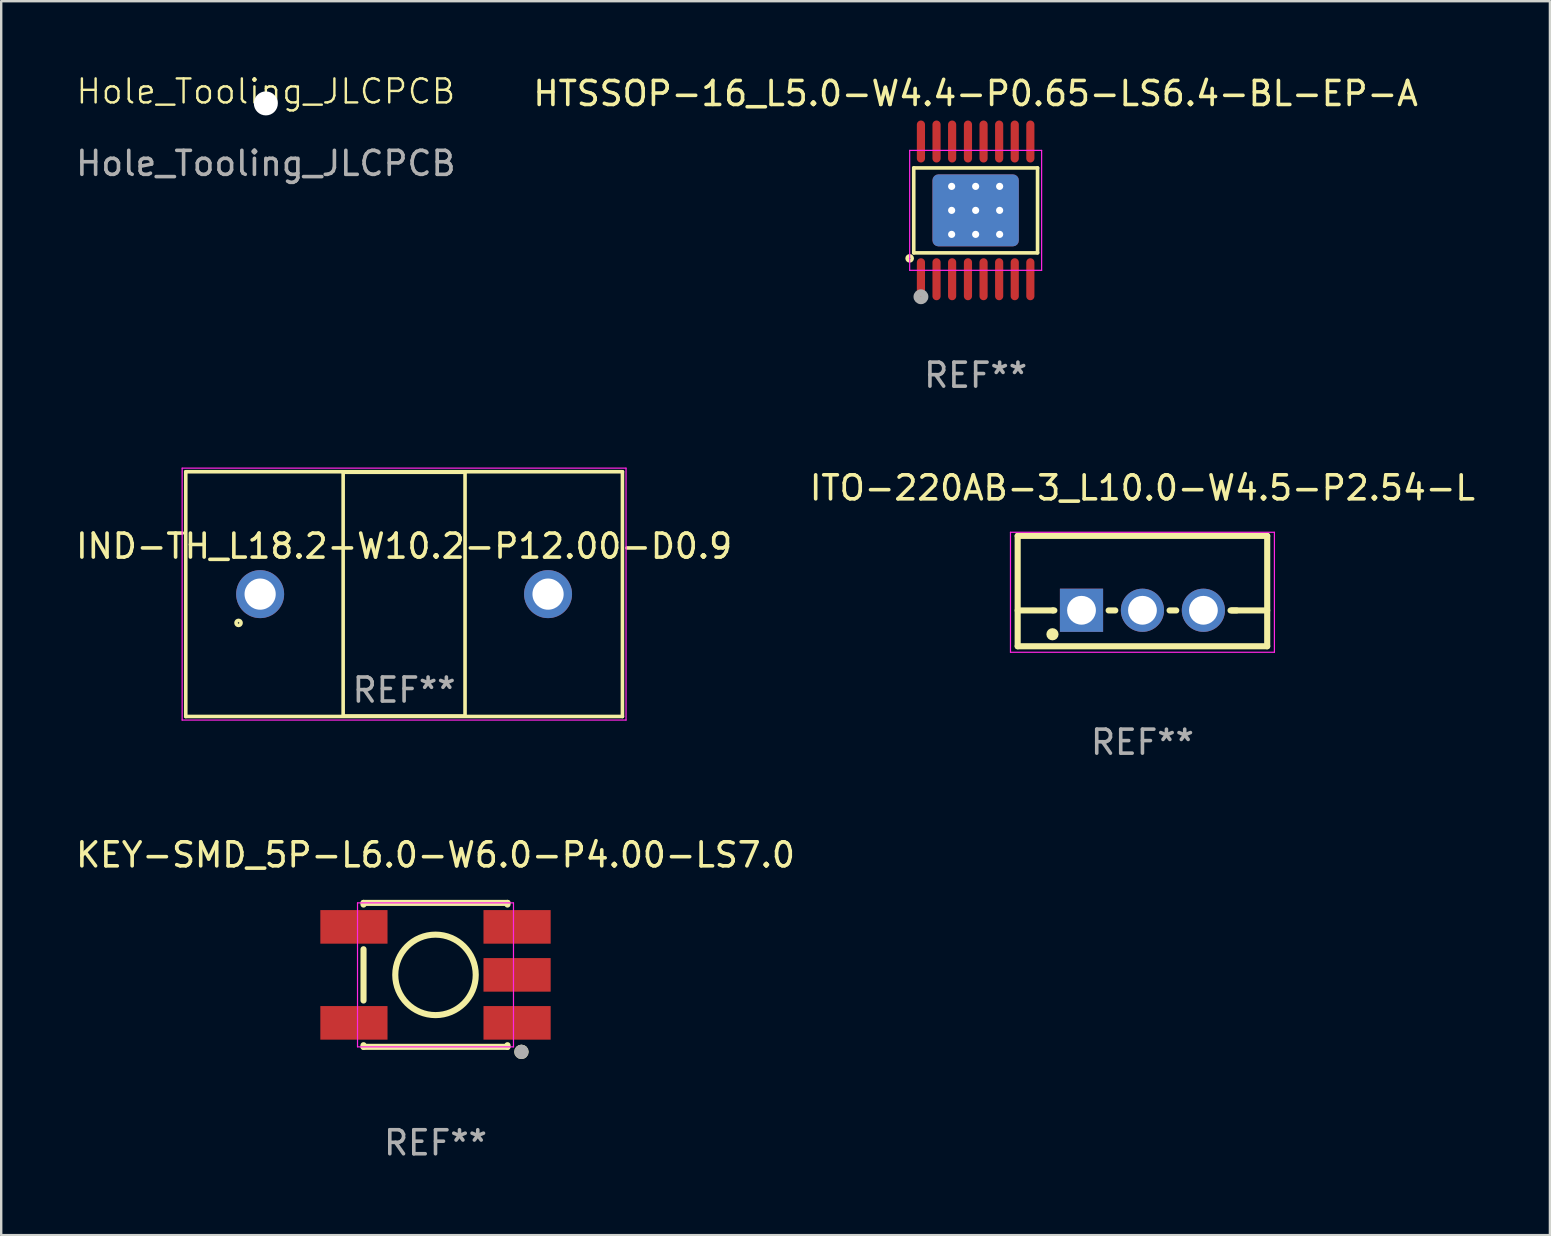
<source format=kicad_pcb>
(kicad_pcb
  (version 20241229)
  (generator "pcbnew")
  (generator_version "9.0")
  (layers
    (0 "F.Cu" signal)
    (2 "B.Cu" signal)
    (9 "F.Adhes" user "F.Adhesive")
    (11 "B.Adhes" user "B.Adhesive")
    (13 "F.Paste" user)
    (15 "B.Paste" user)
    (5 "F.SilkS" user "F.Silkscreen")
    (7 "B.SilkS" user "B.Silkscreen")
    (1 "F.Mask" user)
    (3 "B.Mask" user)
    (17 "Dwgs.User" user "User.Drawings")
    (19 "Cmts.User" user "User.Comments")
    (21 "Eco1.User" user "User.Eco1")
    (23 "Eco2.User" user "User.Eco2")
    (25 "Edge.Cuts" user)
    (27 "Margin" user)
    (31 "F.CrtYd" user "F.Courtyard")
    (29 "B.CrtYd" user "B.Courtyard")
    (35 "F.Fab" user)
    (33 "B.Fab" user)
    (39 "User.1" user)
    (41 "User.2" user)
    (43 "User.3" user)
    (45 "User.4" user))
  (footprint "IND-TH_L18.2-W10.2-P12.00-D0.9"
    (layer "F.Cu")
    (at 13.792 21.712)
    (property "Reference" "IND-TH_L18.2-W10.2-P12.00-D0.9" (at 0 -2 0) (layer "F.SilkS") (effects (font (size 1 1) (thickness 0.15))))
    (attr through_hole)
    (fp_line (start -9.1 -5.1) (end -9.1 5.1) (stroke (width 0.15) (type solid)) (layer "F.SilkS"))
    (fp_line (start -9.1 5.1) (end 9.1 5.1) (stroke (width 0.15) (type solid)) (layer "F.SilkS"))
    (fp_line (start -2.54 -5.08) (end -2.54 5.08) (stroke (width 0.15) (type solid)) (layer "F.SilkS"))
    (fp_line (start -2.54 5.08) (end 2.54 5.08) (stroke (width 0.15) (type solid)) (layer "F.SilkS"))
    (fp_line (start 2.54 -5.08) (end -2.54 -5.08) (stroke (width 0.15) (type solid)) (layer "F.SilkS"))
    (fp_line (start 2.54 5.08) (end 2.54 -5.08) (stroke (width 0.15) (type solid)) (layer "F.SilkS"))
    (fp_line (start 9.1 -5.1) (end -9.1 -5.1) (stroke (width 0.15) (type solid)) (layer "F.SilkS"))
    (fp_line (start 9.1 5.1) (end 9.1 -5.1) (stroke (width 0.15) (type solid)) (layer "F.SilkS"))
    (fp_circle (center -6.9 1.2) (end -6.87 1.2) (stroke (width 0.15) (type solid)) (fill no) (layer "F.SilkS"))
    (fp_line (start -9.25 -5.25) (end 9.25 -5.25) (stroke (width 0.05) (type default)) (layer "F.CrtYd"))
    (fp_line (start -9.25 5.25) (end -9.25 -5.25) (stroke (width 0.05) (type default)) (layer "F.CrtYd"))
    (fp_line (start 9.25 -5.25) (end 9.25 5.25) (stroke (width 0.05) (type default)) (layer "F.CrtYd"))
    (fp_line (start 9.25 5.25) (end -9.25 5.25) (stroke (width 0.05) (type default)) (layer "F.CrtYd"))
    (fp_text user "REF**" (at 0 4 0) (layer "F.Fab") (effects (font (size 1 1) (thickness 0.15))))
    (pad "1" thru_hole circle (at -6 0) (size 2 2) (drill 1.3) (layers "*.Cu" "*.Mask"))
    (pad "2" thru_hole circle (at 6 0) (size 2 2) (drill 1.3) (layers "*.Cu" "*.Mask")))
  (footprint "Hole_Tooling_JLCPCB"
    (layer "F.Cu")
    (at 8.03 1.26)
    (property "Reference" "Hole_Tooling_JLCPCB" (at 0 -0.5 0) (unlocked yes) (layer "F.SilkS") (effects (font (size 1 1) (thickness 0.1))))
    (fp_text user "${REFERENCE}" (at 0 2.5 0) (unlocked yes) (layer "F.Fab") (effects (font (size 1 1) (thickness 0.15))))
    (pad "" np_thru_hole circle (at 0 0) (size 1 1) (drill 1.152) (layers "*.Cu" "*.Mask"))
    (zone (net_name "") (layers "F.Cu" "B.Cu" "F.SilkS" "B.SilkS" "F.Paste" "B.Paste" "B.CrtYd" "F.CrtYd") (hatch edge 0.5) (connect_pads) (min_thickness 0.25) (filled_areas_thickness no) (keepout (tracks not_allowed) (vias not_allowed) (pads not_allowed) (copperpour not_allowed) (footprints not_allowed)) (placement (enabled no)) (fill) (polygon (pts (xy 7.03 0.261) (xy 9.03 0.261) (xy 9.03 2.26) (xy 7.03 2.26)))))
  (footprint "KEY-SMD_5P-L6.0-W6.0-P4.00-LS7.0"
    (layer "F.Cu")
    (at 15.101 37.581)
    (property "Reference" "KEY-SMD_5P-L6.0-W6.0-P4.00-LS7.0" (at 0 -5 0) (layer "F.SilkS") (effects (font (size 1 1) (thickness 0.15))))
    (attr smd)
    (fp_line (start -3 -3) (end -3 -2.931) (stroke (width 0.254) (type solid)) (layer "F.SilkS"))
    (fp_line (start -3 -3) (end 3 -3) (stroke (width 0.254) (type solid)) (layer "F.SilkS"))
    (fp_line (start -3 -1.069) (end -3 1.069) (stroke (width 0.254) (type solid)) (layer "F.SilkS"))
    (fp_line (start -3 2.931) (end -3 3) (stroke (width 0.254) (type solid)) (layer "F.SilkS"))
    (fp_line (start 3 -3) (end 3 -2.931) (stroke (width 0.254) (type solid)) (layer "F.SilkS"))
    (fp_line (start 3 2.931) (end 3 3) (stroke (width 0.254) (type solid)) (layer "F.SilkS"))
    (fp_line (start 3 3) (end -3 3) (stroke (width 0.254) (type solid)) (layer "F.SilkS"))
    (fp_circle (center 0 0) (end 1.677 0) (stroke (width 0.254) (type solid)) (fill no) (layer "F.SilkS"))
    (fp_circle (center 3.5 3) (end 3.53 3) (stroke (width 0.06) (type solid)) (fill no) (layer "F.SilkS"))
    (fp_circle (center 3.581 3.208) (end 3.731 3.208) (stroke (width 0.3) (type solid)) (fill no) (layer "F.SilkS"))
    (fp_line (start -3.25 -3) (end 3.25 -3) (stroke (width 0.05) (type default)) (layer "F.CrtYd"))
    (fp_line (start -3.25 3) (end -3.25 -3) (stroke (width 0.05) (type default)) (layer "F.CrtYd"))
    (fp_line (start 3.25 -3) (end 3.25 3) (stroke (width 0.05) (type default)) (layer "F.CrtYd"))
    (fp_line (start 3.25 3) (end -3.25 3) (stroke (width 0.05) (type default)) (layer "F.CrtYd"))
    (fp_circle (center 3.581 3.208) (end 3.731 3.208) (stroke (width 0.3) (type solid)) (fill no) (layer "F.Fab"))
    (fp_text user "REF**" (at 0 7 0) (layer "F.Fab") (effects (font (size 1 1) (thickness 0.15))))
    (pad "1" smd rect (at 3.4 2 90) (size 1.4 2.8) (layers "F.Cu" "F.Mask" "F.Paste"))
    (pad "2" smd rect (at -3.4 2 90) (size 1.4 2.8) (layers "F.Cu" "F.Mask" "F.Paste"))
    (pad "3" smd rect (at 3.4 -2 90) (size 1.4 2.8) (layers "F.Cu" "F.Mask" "F.Paste"))
    (pad "4" smd rect (at -3.4 -2 90) (size 1.4 2.8) (layers "F.Cu" "F.Mask" "F.Paste"))
    (pad "5" smd rect (at 3.4 0 90) (size 1.4 2.8) (layers "F.Cu" "F.Mask" "F.Paste")))
  (footprint "ITO-220AB-3_L10.0-W4.5-P2.54-L"
    (layer "F.Cu")
    (at 44.565 22.385)
    (property "Reference" "ITO-220AB-3_L10.0-W4.5-P2.54-L" (at 0 -5.1 0) (layer "F.SilkS") (effects (font (size 1 1) (thickness 0.15))))
    (attr through_hole)
    (fp_line (start -5.2 -3.1) (end -5.2 1.5) (stroke (width 0.254) (type solid)) (layer "F.SilkS"))
    (fp_line (start -5.2 -3.1) (end 5.2 -3.1) (stroke (width 0.254) (type solid)) (layer "F.SilkS"))
    (fp_line (start -5.2 0.007) (end -3.731 0.007) (stroke (width 0.254) (type solid)) (layer "F.SilkS"))
    (fp_line (start -5.2 1.5) (end 5.2 1.5) (stroke (width 0.254) (type solid)) (layer "F.SilkS"))
    (fp_line (start -3.731 0.007) (end -3.671 0.007) (stroke (width 0.254) (type solid)) (layer "F.SilkS"))
    (fp_line (start -1.409 0.007) (end -1.131 0.007) (stroke (width 0.254) (type solid)) (layer "F.SilkS"))
    (fp_line (start 1.131 0.007) (end 1.409 0.007) (stroke (width 0.254) (type solid)) (layer "F.SilkS"))
    (fp_line (start 3.671 0.007) (end 3.926 0.007) (stroke (width 0.254) (type solid)) (layer "F.SilkS"))
    (fp_line (start 3.731 0.007) (end 5.2 0.007) (stroke (width 0.254) (type solid)) (layer "F.SilkS"))
    (fp_line (start 5.2 -3.1) (end 5.2 1.5) (stroke (width 0.254) (type solid)) (layer "F.SilkS"))
    (fp_circle (center -3.75 1) (end -3.75 1) (stroke (width 0.254) (type solid)) (fill no) (layer "F.SilkS"))
    (fp_line (start -5.5 -3.25) (end 5.5 -3.25) (stroke (width 0.05) (type default)) (layer "F.CrtYd"))
    (fp_line (start -5.5 1.75) (end -5.5 -3.25) (stroke (width 0.05) (type default)) (layer "F.CrtYd"))
    (fp_line (start 5.5 -3.25) (end 5.5 1.75) (stroke (width 0.05) (type default)) (layer "F.CrtYd"))
    (fp_line (start 5.5 1.75) (end -5.5 1.75) (stroke (width 0.05) (type default)) (layer "F.CrtYd"))
    (fp_text user "REF**" (at 0 5.5 0) (layer "F.Fab") (effects (font (size 1 1) (thickness 0.15))))
    (pad "1" thru_hole rect (at -2.54 0) (size 1.8 1.8) (drill 1.2) (layers "*.Cu" "*.Mask"))
    (pad "2" thru_hole circle (at 0 0) (size 1.8 1.8) (drill 1.2) (layers "*.Cu" "*.Mask"))
    (pad "3" thru_hole circle (at 2.54 0) (size 1.8 1.8) (drill 1.2) (layers "*.Cu" "*.Mask")))
  (footprint "HTSSOP-16_L5.0-W4.4-P0.65-LS6.4-BL-EP-A"
    (layer "F.Cu")
    (at 37.613 5.718)
    (property "Reference" "HTSSOP-16_L5.0-W4.4-P0.65-LS6.4-BL-EP-A" (at 0 -4.87 0) (layer "F.SilkS") (effects (font (size 1 1) (thickness 0.15))))
    (attr smd)
    (fp_line (start -2.58 -1.77) (end 2.58 -1.77) (stroke (width 0.15) (type solid)) (layer "F.SilkS"))
    (fp_line (start -2.58 1.77) (end -2.58 -1.77) (stroke (width 0.15) (type solid)) (layer "F.SilkS"))
    (fp_line (start 2.58 -1.77) (end 2.58 1.77) (stroke (width 0.15) (type solid)) (layer "F.SilkS"))
    (fp_line (start 2.58 1.77) (end -2.58 1.77) (stroke (width 0.15) (type solid)) (layer "F.SilkS"))
    (fp_circle (center -2.75 2) (end -2.72 2) (stroke (width 0.15) (type solid)) (fill no) (layer "F.SilkS"))
    (fp_line (start -2.75 -2.5) (end -2.75 2.5) (stroke (width 0.05) (type default)) (layer "F.CrtYd"))
    (fp_line (start -2.75 2.5) (end 2.75 2.5) (stroke (width 0.05) (type default)) (layer "F.CrtYd"))
    (fp_line (start 2.75 -2.5) (end -2.75 -2.5) (stroke (width 0.05) (type default)) (layer "F.CrtYd"))
    (fp_line (start 2.75 2.5) (end 2.75 -2.5) (stroke (width 0.05) (type default)) (layer "F.CrtYd"))
    (fp_circle (center -2.28 3.6) (end -2.12 3.6) (stroke (width 0.3) (type solid)) (fill no) (layer "F.Fab"))
    (fp_text user "REF**" (at 0 6.87 0) (layer "F.Fab") (effects (font (size 1 1) (thickness 0.15))))
    (pad "1" smd oval (at -2.28 2.87) (size 0.34 1.75) (layers "F.Cu" "F.Mask" "F.Paste"))
    (pad "2" smd oval (at -1.63 2.87) (size 0.34 1.75) (layers "F.Cu" "F.Mask" "F.Paste"))
    (pad "3" smd oval (at -0.98 2.87) (size 0.34 1.75) (layers "F.Cu" "F.Mask" "F.Paste"))
    (pad "4" smd oval (at -0.32 2.87) (size 0.34 1.75) (layers "F.Cu" "F.Mask" "F.Paste"))
    (pad "5" smd oval (at 0.33 2.87) (size 0.34 1.75) (layers "F.Cu" "F.Mask" "F.Paste"))
    (pad "6" smd oval (at 0.98 2.87) (size 0.34 1.75) (layers "F.Cu" "F.Mask" "F.Paste"))
    (pad "7" smd oval (at 1.63 2.87) (size 0.34 1.75) (layers "F.Cu" "F.Mask" "F.Paste"))
    (pad "8" smd oval (at 2.28 2.87) (size 0.34 1.75) (layers "F.Cu" "F.Mask" "F.Paste"))
    (pad "9" smd oval (at 2.28 -2.87) (size 0.34 1.75) (layers "F.Cu" "F.Mask" "F.Paste"))
    (pad "10" smd oval (at 1.63 -2.87) (size 0.34 1.75) (layers "F.Cu" "F.Mask" "F.Paste"))
    (pad "11" smd oval (at 0.98 -2.87) (size 0.34 1.75) (layers "F.Cu" "F.Mask" "F.Paste"))
    (pad "12" smd oval (at 0.33 -2.87) (size 0.34 1.75) (layers "F.Cu" "F.Mask" "F.Paste"))
    (pad "13" smd oval (at -0.32 -2.87) (size 0.34 1.75) (layers "F.Cu" "F.Mask" "F.Paste"))
    (pad "14" smd oval (at -0.98 -2.87) (size 0.34 1.75) (layers "F.Cu" "F.Mask" "F.Paste"))
    (pad "15" smd oval (at -1.63 -2.87) (size 0.34 1.75) (layers "F.Cu" "F.Mask" "F.Paste"))
    (pad "16" smd oval (at -2.28 -2.87) (size 0.34 1.75) (layers "F.Cu" "F.Mask" "F.Paste"))
    (pad "17" thru_hole circle (at -1 -1) (size 0.5 0.5) (drill 0.3) (layers "*.Cu" "F.Mask"))
    (pad "17" thru_hole circle (at -1 0) (size 0.5 0.5) (drill 0.3) (layers "*.Cu" "F.Mask"))
    (pad "17" thru_hole circle (at -1 1) (size 0.5 0.5) (drill 0.3) (layers "*.Cu" "F.Mask"))
    (pad "17" thru_hole circle (at 0 -1) (size 0.5 0.5) (drill 0.3) (layers "*.Cu" "F.Mask"))
    (pad "17" thru_hole circle (at 0 0) (size 0.5 0.5) (drill 0.3) (layers "*.Cu" "F.Mask"))
    (pad "17" smd roundrect (at 0 0) (size 3.6 3) (layers "F.Cu" "F.Mask" "F.Paste") (roundrect_rratio 0.083))
    (pad "17" smd roundrect (at 0 0) (size 3.6 3) (layers "B.Cu") (roundrect_rratio 0.083))
    (pad "17" thru_hole circle (at 0 1) (size 0.5 0.5) (drill 0.3) (layers "*.Cu" "F.Mask"))
    (pad "17" thru_hole circle (at 1 -1) (size 0.5 0.5) (drill 0.3) (layers "*.Cu" "F.Mask"))
    (pad "17" thru_hole circle (at 1 0) (size 0.5 0.5) (drill 0.3) (layers "*.Cu" "F.Mask"))
    (pad "17" thru_hole circle (at 1 1) (size 0.5 0.5) (drill 0.3) (layers "*.Cu" "F.Mask")))
  (gr_rect
    (start -3 -3)
    (end 61.548 48.429)
    (stroke (width 0.1) (type default))
    (fill no)
    (layer "Edge.Cuts")))
</source>
